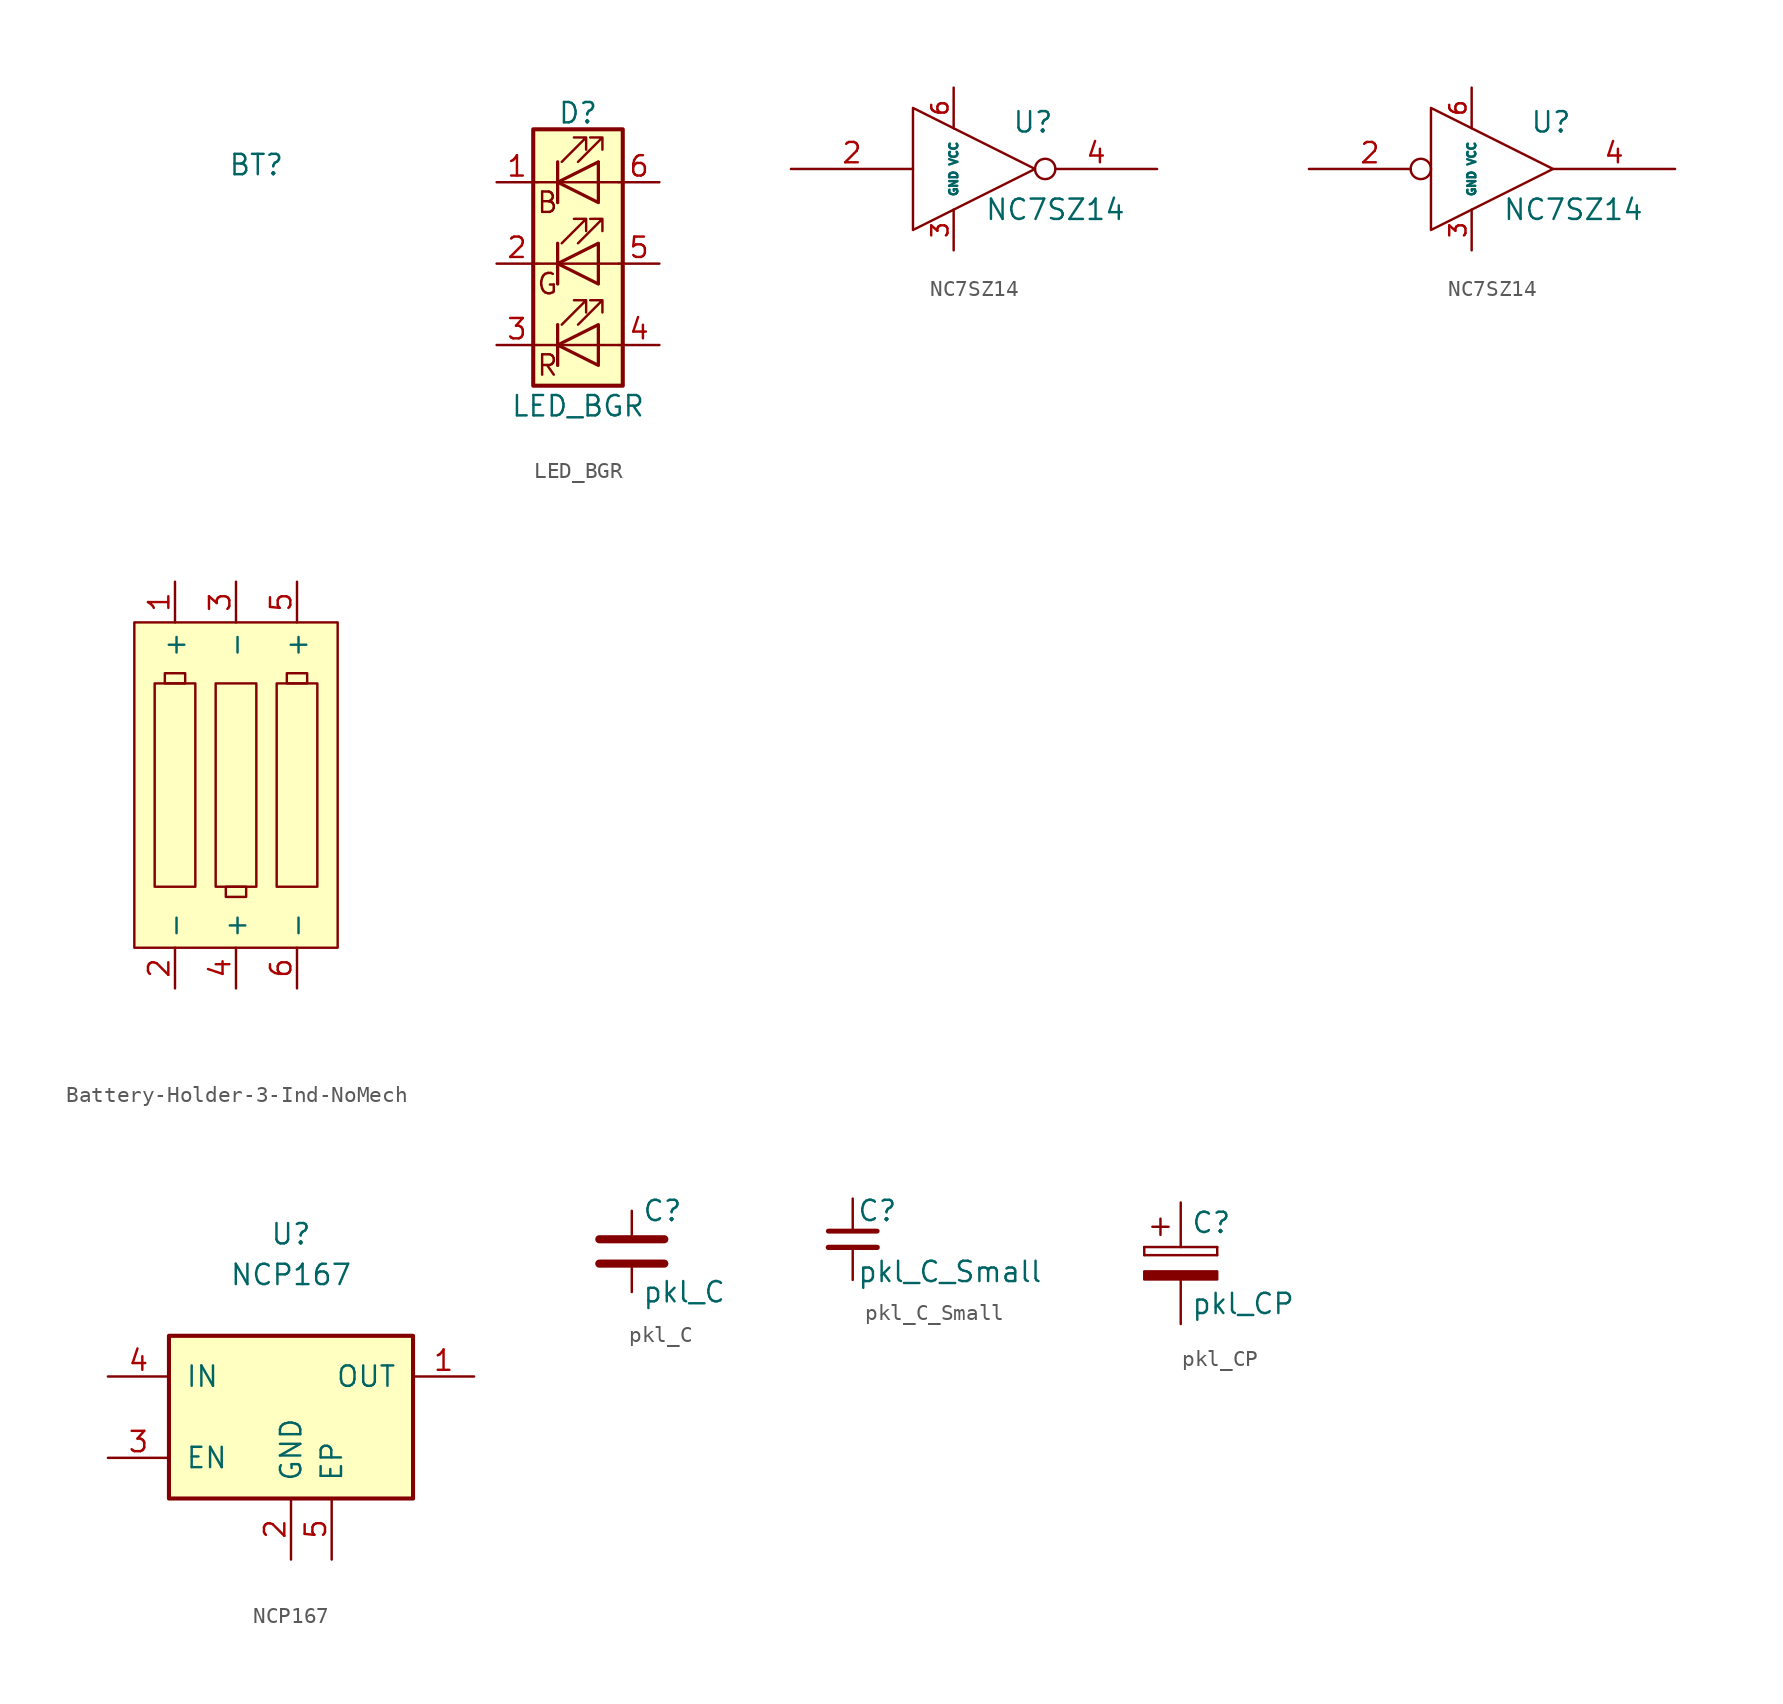
<source format=kicad_sym>
(kicad_symbol_lib
  (version 20220914)
  (generator kicad_symbol_editor)
  (symbol "Battery-Holder-3-Ind-NoMech"
    (property "Reference" "BT"
      (at 1.27 38.735 0)
      (effects (font (size 1.27 1.27))))
    (property "Value" ""
      (at 0 0 0)
      (effects (font (size 1.27 1.27))))
    (symbol "Battery-Holder-3-Ind-NoMech_0_1"
      (rectangle (start -3.175 6.35) (end -4.445 6.985) (stroke (width 0) (type default)) (fill (type none)))
      (rectangle (start -2.54 -6.35) (end -5.08 6.35) (stroke (width 0) (type default)) (fill (type none)))
      (rectangle (start -1.27 6.35) (end 1.27 -6.35) (stroke (width 0) (type default)) (fill (type none)))
      (rectangle (start -0.635 -6.35) (end 0.635 -6.985) (stroke (width 0) (type default)) (fill (type none)))
      (rectangle (start 4.445 6.35) (end 3.175 6.985) (stroke (width 0) (type default)) (fill (type none)))
      (rectangle (start 5.08 -6.35) (end 2.54 6.35) (stroke (width 0) (type default)) (fill (type none))))
    (symbol "Battery-Holder-3-Ind-NoMech_1_1"
      (rectangle (start -6.35 10.16) (end 6.35 -10.16) (stroke (width 0) (type default)) (fill (type background)))
      (pin passive line (at -3.81 12.7 270) (length 2.54) (name "+" (effects (font (size 1.27 1.27)))) (number "1" (effects (font (size 1.27 1.27)))))
      (pin passive line (at -3.81 -12.7 90) (length 2.54) (name "-" (effects (font (size 1.27 1.27)))) (number "2" (effects (font (size 1.27 1.27)))))
      (pin passive line (at 0 12.7 270) (length 2.54) (name "-" (effects (font (size 1.27 1.27)))) (number "3" (effects (font (size 1.27 1.27)))))
      (pin passive line (at 0 -12.7 90) (length 2.54) (name "+" (effects (font (size 1.27 1.27)))) (number "4" (effects (font (size 1.27 1.27)))))
      (pin passive line (at 3.81 12.7 270) (length 2.54) (name "+" (effects (font (size 1.27 1.27)))) (number "5" (effects (font (size 1.27 1.27)))))
      (pin passive line (at 3.81 -12.7 90) (length 2.54) (name "-" (effects (font (size 1.27 1.27)))) (number "6" (effects (font (size 1.27 1.27)))))))
  (symbol "LED_BGR"
    (pin_names
      (offset 0) hide)
    (property "Reference" "D"
      (at 0 9.398 0)
      (effects (font (size 1.27 1.27))))
    (property "Value" "LED_BGR"
      (at 0 -8.89 0)
      (effects (font (size 1.27 1.27))))
    (symbol "LED_BGR_0_0"
      (text "B" (at -1.905 3.81 0) (effects (font (size 1.27 1.27))))
      (text "G" (at -1.905 -1.27 0) (effects (font (size 1.27 1.27))))
      (text "R" (at -1.905 -6.35 0) (effects (font (size 1.27 1.27)))))
    (symbol "LED_BGR_0_1"
      (polyline (pts (xy -1.27 -5.08) (xy -2.54 -5.08)) (stroke (width 0) (type default)) (fill (type none)))
      (polyline (pts (xy -1.27 -5.08) (xy 1.27 -5.08)) (stroke (width 0) (type default)) (fill (type none)))
      (polyline (pts (xy -1.27 -3.81) (xy -1.27 -6.35)) (stroke (width 0) (type default)) (fill (type none)))
      (polyline (pts (xy -1.27 -3.81) (xy -1.27 -6.35)) (stroke (width 0.203) (type default)) (fill (type none)))
      (polyline (pts (xy -1.27 0) (xy -2.54 0)) (stroke (width 0) (type default)) (fill (type none)))
      (polyline (pts (xy -1.27 1.27) (xy -1.27 -1.27)) (stroke (width 0.203) (type default)) (fill (type none)))
      (polyline (pts (xy -1.27 5.08) (xy -2.54 5.08)) (stroke (width 0) (type default)) (fill (type none)))
      (polyline (pts (xy -1.27 5.08) (xy 1.27 5.08)) (stroke (width 0) (type default)) (fill (type none)))
      (polyline (pts (xy -1.27 6.35) (xy -1.27 3.81)) (stroke (width 0.203) (type default)) (fill (type none)))
      (polyline (pts (xy 1.27 -5.08) (xy 2.54 -5.08)) (stroke (width 0) (type default)) (fill (type none)))
      (polyline (pts (xy 1.27 0) (xy -1.27 0)) (stroke (width 0) (type default)) (fill (type none)))
      (polyline (pts (xy 1.27 0) (xy 2.54 0)) (stroke (width 0) (type default)) (fill (type none)))
      (polyline (pts (xy 1.27 5.08) (xy 2.54 5.08)) (stroke (width 0) (type default)) (fill (type none)))
      (polyline (pts (xy -1.27 1.27) (xy -1.27 -1.27) (xy -1.27 -1.27)) (stroke (width 0) (type default)) (fill (type none)))
      (polyline (pts (xy -1.27 6.35) (xy -1.27 3.81) (xy -1.27 3.81)) (stroke (width 0) (type default)) (fill (type none)))
      (polyline (pts (xy 1.27 -3.81) (xy 1.27 -6.35) (xy -1.27 -5.08) (xy 1.27 -3.81)) (stroke (width 0.203) (type default)) (fill (type none)))
      (polyline (pts (xy 1.27 1.27) (xy 1.27 -1.27) (xy -1.27 0) (xy 1.27 1.27)) (stroke (width 0.203) (type default)) (fill (type none)))
      (polyline (pts (xy 1.27 6.35) (xy 1.27 3.81) (xy -1.27 5.08) (xy 1.27 6.35)) (stroke (width 0.203) (type default)) (fill (type none)))
      (polyline (pts (xy -1.016 -3.81) (xy 0.508 -2.286) (xy -0.254 -2.286) (xy 0.508 -2.286) (xy 0.508 -3.048)) (stroke (width 0) (type default)) (fill (type none)))
      (polyline (pts (xy -1.016 1.27) (xy 0.508 2.794) (xy -0.254 2.794) (xy 0.508 2.794) (xy 0.508 2.032)) (stroke (width 0) (type default)) (fill (type none)))
      (polyline (pts (xy -1.016 6.35) (xy 0.508 7.874) (xy -0.254 7.874) (xy 0.508 7.874) (xy 0.508 7.112)) (stroke (width 0) (type default)) (fill (type none)))
      (polyline (pts (xy 0 -3.81) (xy 1.524 -2.286) (xy 0.762 -2.286) (xy 1.524 -2.286) (xy 1.524 -3.048)) (stroke (width 0) (type default)) (fill (type none)))
      (polyline (pts (xy 0 1.27) (xy 1.524 2.794) (xy 0.762 2.794) (xy 1.524 2.794) (xy 1.524 2.032)) (stroke (width 0) (type default)) (fill (type none)))
      (polyline (pts (xy 0 6.35) (xy 1.524 7.874) (xy 0.762 7.874) (xy 1.524 7.874) (xy 1.524 7.112)) (stroke (width 0) (type default)) (fill (type none)))
      (rectangle (start 1.27 -1.27) (end 1.27 1.27) (stroke (width 0) (type default)) (fill (type none)))
      (rectangle (start 1.27 1.27) (end 1.27 1.27) (stroke (width 0) (type default)) (fill (type none)))
      (rectangle (start 1.27 3.81) (end 1.27 6.35) (stroke (width 0) (type default)) (fill (type none)))
      (rectangle (start 1.27 6.35) (end 1.27 6.35) (stroke (width 0) (type default)) (fill (type none)))
      (rectangle (start 2.794 8.382) (end -2.794 -7.62) (stroke (width 0.254) (type default)) (fill (type background))))
    (symbol "LED_BGR_1_1"
      (pin passive line (at -5.08 5.08 0) (length 2.54) (name "RK" (effects (font (size 1.27 1.27)))) (number "1" (effects (font (size 1.27 1.27)))))
      (pin passive line (at -5.08 0 0) (length 2.54) (name "GK" (effects (font (size 1.27 1.27)))) (number "2" (effects (font (size 1.27 1.27)))))
      (pin passive line (at -5.08 -5.08 0) (length 2.54) (name "BK" (effects (font (size 1.27 1.27)))) (number "3" (effects (font (size 1.27 1.27)))))
      (pin passive line (at 5.08 -5.08 180) (length 2.54) (name "BA" (effects (font (size 1.27 1.27)))) (number "4" (effects (font (size 1.27 1.27)))))
      (pin passive line (at 5.08 0 180) (length 2.54) (name "GA" (effects (font (size 1.27 1.27)))) (number "5" (effects (font (size 1.27 1.27)))))
      (pin passive line (at 5.08 5.08 180) (length 2.54) (name "RA" (effects (font (size 1.27 1.27)))) (number "6" (effects (font (size 1.27 1.27)))))))
  (symbol "NC7SZ14"
    (pin_names
      (offset 0.762))
    (property "Reference" "U"
      (at 3.683 2.921 0)
      (effects (font (size 1.27 1.27))))
    (property "Value" "NC7SZ14"
      (at 5.08 -2.54 0)
      (effects (font (size 1.27 1.27))))
    (symbol "NC7SZ14_0_0"
      (polyline (pts (xy -3.81 3.81) (xy -3.81 -3.81) (xy 3.81 0) (xy -3.81 3.81)) (stroke (width 0) (type default)) (fill (type none)))
      (pin power_in line (at -1.27 -5.08 90) (length 2.54) (name "GND" (effects (font (size 0.508 0.508)))) (number "3" (effects (font (size 1.016 1.016)))))
      (pin power_in line (at -1.27 5.08 270) (length 2.54) (name "VCC" (effects (font (size 0.508 0.508)))) (number "6" (effects (font (size 1.016 1.016))))))
    (symbol "NC7SZ14_1_1"
      (pin input line (at -11.43 0 0) (length 7.62) (name "~" (effects (font (size 1.27 1.27)))) (number "2" (effects (font (size 1.27 1.27)))))
      (pin output inverted (at 11.43 0 180) (length 7.62) (name "~" (effects (font (size 1.27 1.27)))) (number "4" (effects (font (size 1.27 1.27))))))
    (symbol "NC7SZ14_1_2"
      (pin input inverted (at -11.43 0 0) (length 7.62) (name "~" (effects (font (size 1.27 1.27)))) (number "2" (effects (font (size 1.27 1.27)))))
      (pin output line (at 11.43 0 180) (length 7.62) (name "~" (effects (font (size 1.27 1.27)))) (number "4" (effects (font (size 1.27 1.27)))))))
  (symbol "NCP167"
    (pin_names
      (offset 1.016))
    (property "Reference" "U"
      (at 0 11.43 0)
      (effects (font (size 1.27 1.27))))
    (property "Value" "NCP167"
      (at 0 8.89 0)
      (effects (font (size 1.27 1.27))))
    (symbol "NCP167_0_1"
      (rectangle (start -7.62 5.08) (end 7.62 -5.08) (stroke (width 0.254) (type default)) (fill (type background))))
    (symbol "NCP167_1_1"
      (pin power_out line (at 11.43 2.54 180) (length 3.81) (name "OUT" (effects (font (size 1.27 1.27)))) (number "1" (effects (font (size 1.27 1.27)))))
      (pin power_in line (at 0 -8.89 90) (length 3.81) (name "GND" (effects (font (size 1.27 1.27)))) (number "2" (effects (font (size 1.27 1.27)))))
      (pin input line (at -11.43 -2.54 0) (length 3.81) (name "EN" (effects (font (size 1.27 1.27)))) (number "3" (effects (font (size 1.27 1.27)))))
      (pin power_in line (at -11.43 2.54 0) (length 3.81) (name "IN" (effects (font (size 1.27 1.27)))) (number "4" (effects (font (size 1.27 1.27)))))
      (pin power_in line (at 2.54 -8.89 90) (length 3.81) (name "EP" (effects (font (size 1.27 1.27)))) (number "5" (effects (font (size 1.27 1.27)))))))
  (symbol "pkl_C"
    (pin_numbers hide)
    (pin_names
      (offset 0.254))
    (property "Reference" "C"
      (at 0.635 2.54 0)
      (effects (font (size 1.27 1.27)) (justify left)))
    (property "Value" "pkl_C"
      (at 0.635 -2.54 0)
      (effects (font (size 1.27 1.27)) (justify left)))
    (symbol "pkl_C_0_1"
      (polyline (pts (xy -2.032 -0.762) (xy 2.032 -0.762)) (stroke (width 0.508) (type default)) (fill (type none)))
      (polyline (pts (xy -2.032 0.762) (xy 2.032 0.762)) (stroke (width 0.508) (type default)) (fill (type none))))
    (symbol "pkl_C_1_1"
      (pin passive line (at 0 2.54 270) (length 1.524) (name "~" (effects (font (size 1.016 1.016)))) (number "1" (effects (font (size 1.016 1.016)))))
      (pin passive line (at 0 -2.54 90) (length 1.524) (name "~" (effects (font (size 1.016 1.016)))) (number "2" (effects (font (size 1.016 1.016)))))))
  (symbol "pkl_C_Small"
    (pin_numbers hide)
    (pin_names
      (offset 0.254) hide)
    (property "Reference" "C"
      (at 0.254 1.778 0)
      (effects (font (size 1.27 1.27)) (justify left)))
    (property "Value" "pkl_C_Small"
      (at 0.254 -2.032 0)
      (effects (font (size 1.27 1.27)) (justify left)))
    (symbol "pkl_C_Small_0_1"
      (polyline (pts (xy -1.524 -0.508) (xy 1.524 -0.508)) (stroke (width 0.33) (type default)) (fill (type none)))
      (polyline (pts (xy -1.524 0.508) (xy 1.524 0.508)) (stroke (width 0.305) (type default)) (fill (type none))))
    (symbol "pkl_C_Small_1_1"
      (pin passive line (at 0 2.54 270) (length 1.905) (name "~" (effects (font (size 1.016 1.016)))) (number "1" (effects (font (size 1.016 1.016)))))
      (pin passive line (at 0 -2.54 90) (length 2.032) (name "~" (effects (font (size 1.016 1.016)))) (number "2" (effects (font (size 1.016 1.016)))))))
  (symbol "pkl_CP"
    (pin_numbers hide)
    (pin_names
      (offset 0.254))
    (property "Reference" "C"
      (at 0.635 2.54 0)
      (effects (font (size 1.27 1.27)) (justify left)))
    (property "Value" "pkl_CP"
      (at 0.635 -2.54 0)
      (effects (font (size 1.27 1.27)) (justify left)))
    (symbol "pkl_CP_0_1"
      (rectangle (start -2.286 0.508) (end -2.286 1.016) (stroke (width 0) (type default)) (fill (type none)))
      (rectangle (start -2.286 0.508) (end 2.286 0.508) (stroke (width 0) (type default)) (fill (type none)))
      (polyline (pts (xy -1.778 2.286) (xy -0.762 2.286)) (stroke (width 0) (type default)) (fill (type none)))
      (polyline (pts (xy -1.27 2.794) (xy -1.27 1.778)) (stroke (width 0) (type default)) (fill (type none)))
      (rectangle (start 2.286 -0.508) (end -2.286 -1.016) (stroke (width 0) (type default)) (fill (type outline)))
      (rectangle (start 2.286 1.016) (end -2.286 1.016) (stroke (width 0) (type default)) (fill (type none)))
      (rectangle (start 2.286 1.016) (end 2.286 0.508) (stroke (width 0) (type default)) (fill (type none))))
    (symbol "pkl_CP_1_1"
      (pin passive line (at 0 3.81 270) (length 2.794) (name "~" (effects (font (size 1.016 1.016)))) (number "1" (effects (font (size 1.016 1.016)))))
      (pin passive line (at 0 -3.81 90) (length 2.794) (name "~" (effects (font (size 1.016 1.016)))) (number "2" (effects (font (size 1.016 1.016))))))))
</source>
